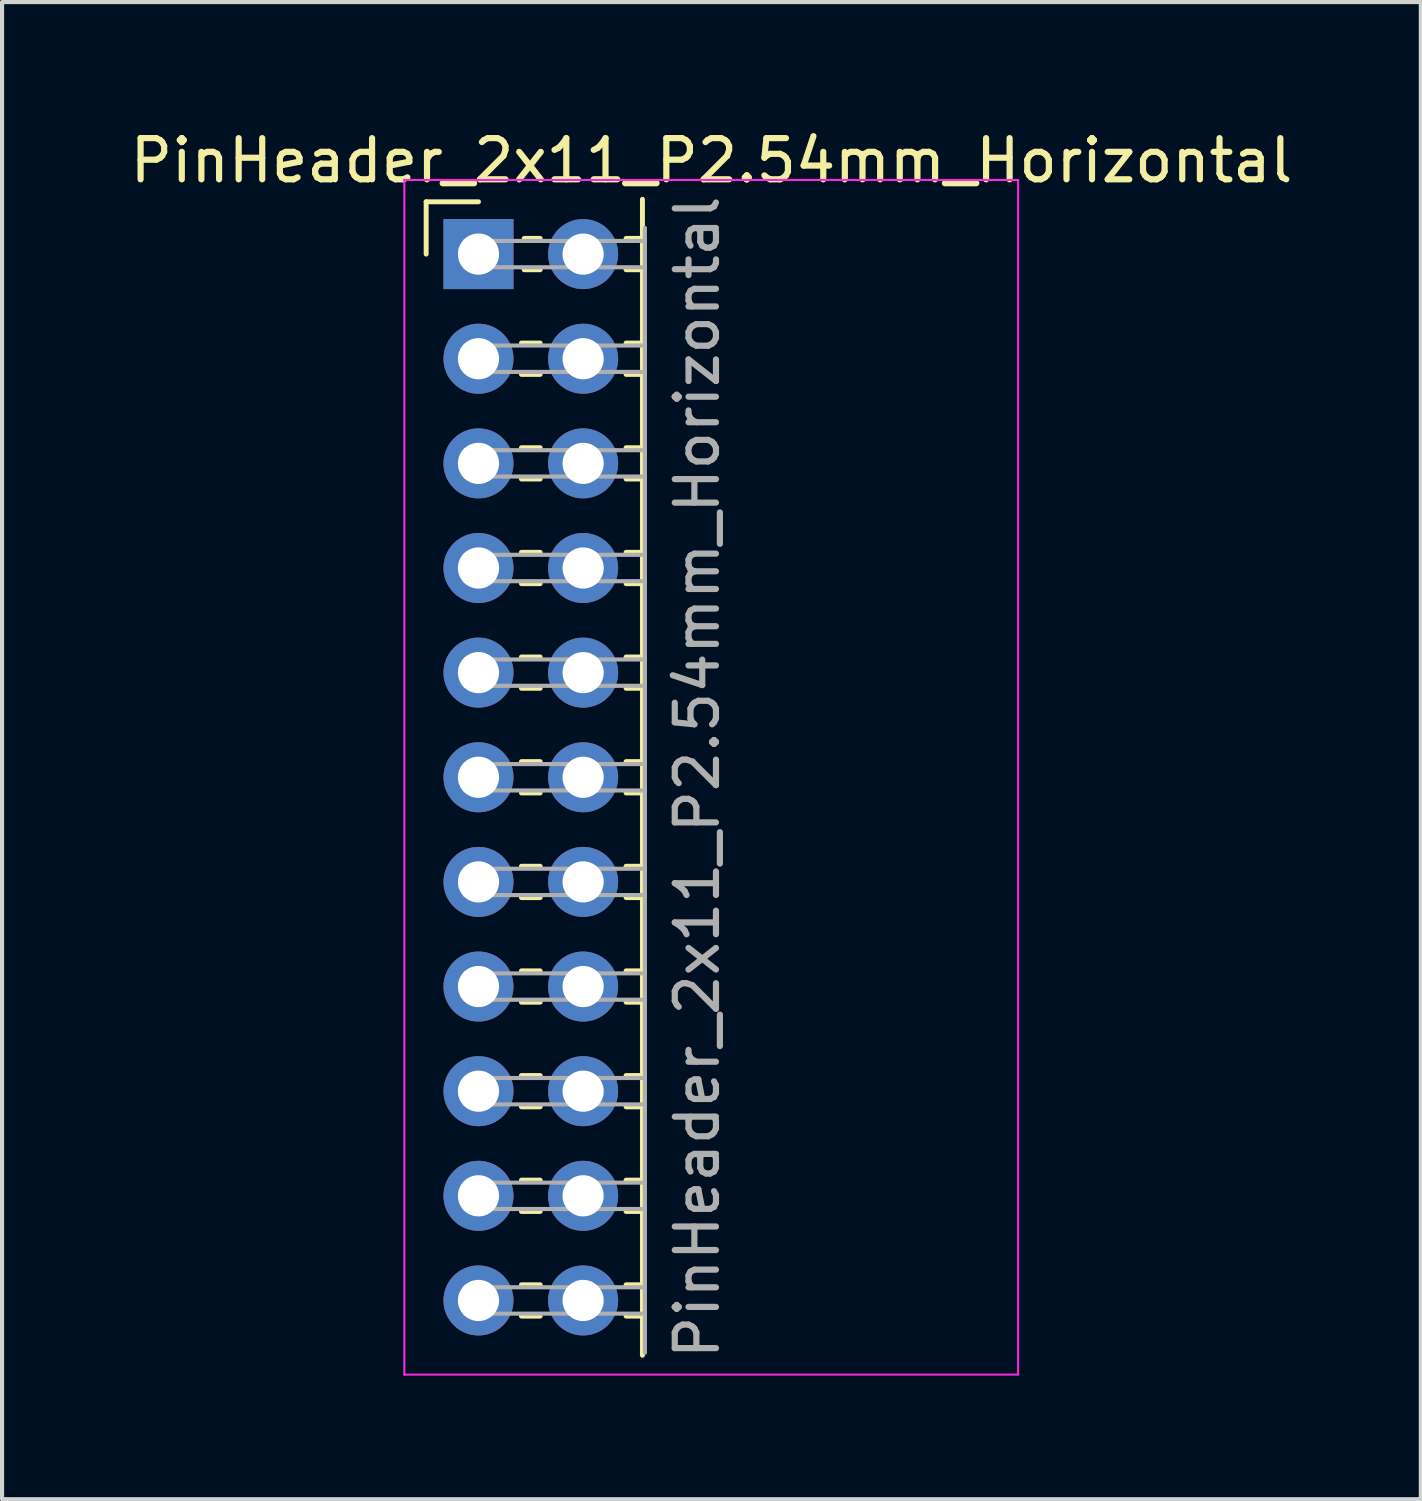
<source format=kicad_pcb>
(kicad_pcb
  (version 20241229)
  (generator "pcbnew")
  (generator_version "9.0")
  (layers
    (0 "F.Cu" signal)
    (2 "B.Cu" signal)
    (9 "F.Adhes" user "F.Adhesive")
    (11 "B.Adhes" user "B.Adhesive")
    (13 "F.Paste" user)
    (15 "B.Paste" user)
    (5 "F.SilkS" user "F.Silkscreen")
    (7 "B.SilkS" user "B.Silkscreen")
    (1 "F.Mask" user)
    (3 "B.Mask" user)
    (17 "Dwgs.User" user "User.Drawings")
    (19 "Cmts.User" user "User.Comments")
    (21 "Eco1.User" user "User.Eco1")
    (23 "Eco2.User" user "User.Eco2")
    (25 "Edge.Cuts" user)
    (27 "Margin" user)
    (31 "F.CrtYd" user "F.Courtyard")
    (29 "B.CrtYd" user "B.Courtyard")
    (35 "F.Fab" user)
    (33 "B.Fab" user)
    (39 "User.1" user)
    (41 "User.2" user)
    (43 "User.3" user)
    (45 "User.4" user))
  (footprint "PinHeader_2x11_P2.54mm_Horizontal"
    (layer "F.Cu")
    (at 8.565 3.118)
    (property "Reference" "PinHeader_2x11_P2.54mm_Horizontal" (at 5.655 -2.27 0) (layer "F.SilkS") (effects (font (size 1 1) (thickness 0.15))))
    (attr through_hole)
    (fp_line (start -1.27 -1.27) (end 0 -1.27) (stroke (width 0.12) (type solid)) (layer "F.SilkS"))
    (fp_line (start -1.27 0) (end -1.27 -1.27) (stroke (width 0.12) (type solid)) (layer "F.SilkS"))
    (fp_line (start 1.043 2.16) (end 1.497 2.16) (stroke (width 0.12) (type solid)) (layer "F.SilkS"))
    (fp_line (start 1.043 2.92) (end 1.497 2.92) (stroke (width 0.12) (type solid)) (layer "F.SilkS"))
    (fp_line (start 1.043 4.7) (end 1.497 4.7) (stroke (width 0.12) (type solid)) (layer "F.SilkS"))
    (fp_line (start 1.043 5.46) (end 1.497 5.46) (stroke (width 0.12) (type solid)) (layer "F.SilkS"))
    (fp_line (start 1.043 7.24) (end 1.497 7.24) (stroke (width 0.12) (type solid)) (layer "F.SilkS"))
    (fp_line (start 1.043 8) (end 1.497 8) (stroke (width 0.12) (type solid)) (layer "F.SilkS"))
    (fp_line (start 1.043 9.78) (end 1.497 9.78) (stroke (width 0.12) (type solid)) (layer "F.SilkS"))
    (fp_line (start 1.043 10.54) (end 1.497 10.54) (stroke (width 0.12) (type solid)) (layer "F.SilkS"))
    (fp_line (start 1.043 12.32) (end 1.497 12.32) (stroke (width 0.12) (type solid)) (layer "F.SilkS"))
    (fp_line (start 1.043 13.08) (end 1.497 13.08) (stroke (width 0.12) (type solid)) (layer "F.SilkS"))
    (fp_line (start 1.043 14.86) (end 1.497 14.86) (stroke (width 0.12) (type solid)) (layer "F.SilkS"))
    (fp_line (start 1.043 15.62) (end 1.497 15.62) (stroke (width 0.12) (type solid)) (layer "F.SilkS"))
    (fp_line (start 1.043 17.4) (end 1.497 17.4) (stroke (width 0.12) (type solid)) (layer "F.SilkS"))
    (fp_line (start 1.043 18.16) (end 1.497 18.16) (stroke (width 0.12) (type solid)) (layer "F.SilkS"))
    (fp_line (start 1.043 19.94) (end 1.497 19.94) (stroke (width 0.12) (type solid)) (layer "F.SilkS"))
    (fp_line (start 1.043 20.7) (end 1.497 20.7) (stroke (width 0.12) (type solid)) (layer "F.SilkS"))
    (fp_line (start 1.043 22.48) (end 1.497 22.48) (stroke (width 0.12) (type solid)) (layer "F.SilkS"))
    (fp_line (start 1.043 23.24) (end 1.497 23.24) (stroke (width 0.12) (type solid)) (layer "F.SilkS"))
    (fp_line (start 1.043 25.02) (end 1.497 25.02) (stroke (width 0.12) (type solid)) (layer "F.SilkS"))
    (fp_line (start 1.043 25.78) (end 1.497 25.78) (stroke (width 0.12) (type solid)) (layer "F.SilkS"))
    (fp_line (start 1.11 -0.38) (end 1.497 -0.38) (stroke (width 0.12) (type solid)) (layer "F.SilkS"))
    (fp_line (start 1.11 0.38) (end 1.497 0.38) (stroke (width 0.12) (type solid)) (layer "F.SilkS"))
    (fp_line (start 3.583 -0.38) (end 3.98 -0.38) (stroke (width 0.12) (type solid)) (layer "F.SilkS"))
    (fp_line (start 3.583 0.38) (end 3.98 0.38) (stroke (width 0.12) (type solid)) (layer "F.SilkS"))
    (fp_line (start 3.583 2.16) (end 3.98 2.16) (stroke (width 0.12) (type solid)) (layer "F.SilkS"))
    (fp_line (start 3.583 2.92) (end 3.98 2.92) (stroke (width 0.12) (type solid)) (layer "F.SilkS"))
    (fp_line (start 3.583 4.7) (end 3.98 4.7) (stroke (width 0.12) (type solid)) (layer "F.SilkS"))
    (fp_line (start 3.583 5.46) (end 3.98 5.46) (stroke (width 0.12) (type solid)) (layer "F.SilkS"))
    (fp_line (start 3.583 7.24) (end 3.98 7.24) (stroke (width 0.12) (type solid)) (layer "F.SilkS"))
    (fp_line (start 3.583 8) (end 3.98 8) (stroke (width 0.12) (type solid)) (layer "F.SilkS"))
    (fp_line (start 3.583 9.78) (end 3.98 9.78) (stroke (width 0.12) (type solid)) (layer "F.SilkS"))
    (fp_line (start 3.583 10.54) (end 3.98 10.54) (stroke (width 0.12) (type solid)) (layer "F.SilkS"))
    (fp_line (start 3.583 12.32) (end 3.98 12.32) (stroke (width 0.12) (type solid)) (layer "F.SilkS"))
    (fp_line (start 3.583 13.08) (end 3.98 13.08) (stroke (width 0.12) (type solid)) (layer "F.SilkS"))
    (fp_line (start 3.583 14.86) (end 3.98 14.86) (stroke (width 0.12) (type solid)) (layer "F.SilkS"))
    (fp_line (start 3.583 15.62) (end 3.98 15.62) (stroke (width 0.12) (type solid)) (layer "F.SilkS"))
    (fp_line (start 3.583 17.4) (end 3.98 17.4) (stroke (width 0.12) (type solid)) (layer "F.SilkS"))
    (fp_line (start 3.583 18.16) (end 3.98 18.16) (stroke (width 0.12) (type solid)) (layer "F.SilkS"))
    (fp_line (start 3.583 19.94) (end 3.98 19.94) (stroke (width 0.12) (type solid)) (layer "F.SilkS"))
    (fp_line (start 3.583 20.7) (end 3.98 20.7) (stroke (width 0.12) (type solid)) (layer "F.SilkS"))
    (fp_line (start 3.583 22.48) (end 3.98 22.48) (stroke (width 0.12) (type solid)) (layer "F.SilkS"))
    (fp_line (start 3.583 23.24) (end 3.98 23.24) (stroke (width 0.12) (type solid)) (layer "F.SilkS"))
    (fp_line (start 3.583 25.02) (end 3.98 25.02) (stroke (width 0.12) (type solid)) (layer "F.SilkS"))
    (fp_line (start 3.583 25.78) (end 3.98 25.78) (stroke (width 0.12) (type solid)) (layer "F.SilkS"))
    (fp_line (start 3.98 -1.33) (end 3.98 26.73) (stroke (width 0.12) (type solid)) (layer "F.SilkS"))
    (fp_line (start -1.8 -1.8) (end -1.8 27.2) (stroke (width 0.05) (type solid)) (layer "F.CrtYd"))
    (fp_line (start -1.8 27.2) (end 13.1 27.2) (stroke (width 0.05) (type solid)) (layer "F.CrtYd"))
    (fp_line (start 13.1 -1.8) (end -1.8 -1.8) (stroke (width 0.05) (type solid)) (layer "F.CrtYd"))
    (fp_line (start 13.1 27.2) (end 13.1 -1.8) (stroke (width 0.05) (type solid)) (layer "F.CrtYd"))
    (fp_line (start -0.32 -0.32) (end -0.32 0.32) (stroke (width 0.1) (type solid)) (layer "F.Fab"))
    (fp_line (start -0.32 -0.32) (end 4.04 -0.32) (stroke (width 0.1) (type solid)) (layer "F.Fab"))
    (fp_line (start -0.32 0.32) (end 4.04 0.32) (stroke (width 0.1) (type solid)) (layer "F.Fab"))
    (fp_line (start -0.32 2.22) (end -0.32 2.86) (stroke (width 0.1) (type solid)) (layer "F.Fab"))
    (fp_line (start -0.32 2.22) (end 4.04 2.22) (stroke (width 0.1) (type solid)) (layer "F.Fab"))
    (fp_line (start -0.32 2.86) (end 4.04 2.86) (stroke (width 0.1) (type solid)) (layer "F.Fab"))
    (fp_line (start -0.32 4.76) (end -0.32 5.4) (stroke (width 0.1) (type solid)) (layer "F.Fab"))
    (fp_line (start -0.32 4.76) (end 4.04 4.76) (stroke (width 0.1) (type solid)) (layer "F.Fab"))
    (fp_line (start -0.32 5.4) (end 4.04 5.4) (stroke (width 0.1) (type solid)) (layer "F.Fab"))
    (fp_line (start -0.32 7.3) (end -0.32 7.94) (stroke (width 0.1) (type solid)) (layer "F.Fab"))
    (fp_line (start -0.32 7.3) (end 4.04 7.3) (stroke (width 0.1) (type solid)) (layer "F.Fab"))
    (fp_line (start -0.32 7.94) (end 4.04 7.94) (stroke (width 0.1) (type solid)) (layer "F.Fab"))
    (fp_line (start -0.32 9.84) (end -0.32 10.48) (stroke (width 0.1) (type solid)) (layer "F.Fab"))
    (fp_line (start -0.32 9.84) (end 4.04 9.84) (stroke (width 0.1) (type solid)) (layer "F.Fab"))
    (fp_line (start -0.32 10.48) (end 4.04 10.48) (stroke (width 0.1) (type solid)) (layer "F.Fab"))
    (fp_line (start -0.32 12.38) (end -0.32 13.02) (stroke (width 0.1) (type solid)) (layer "F.Fab"))
    (fp_line (start -0.32 12.38) (end 4.04 12.38) (stroke (width 0.1) (type solid)) (layer "F.Fab"))
    (fp_line (start -0.32 13.02) (end 4.04 13.02) (stroke (width 0.1) (type solid)) (layer "F.Fab"))
    (fp_line (start -0.32 14.92) (end -0.32 15.56) (stroke (width 0.1) (type solid)) (layer "F.Fab"))
    (fp_line (start -0.32 14.92) (end 4.04 14.92) (stroke (width 0.1) (type solid)) (layer "F.Fab"))
    (fp_line (start -0.32 15.56) (end 4.04 15.56) (stroke (width 0.1) (type solid)) (layer "F.Fab"))
    (fp_line (start -0.32 17.46) (end -0.32 18.1) (stroke (width 0.1) (type solid)) (layer "F.Fab"))
    (fp_line (start -0.32 17.46) (end 4.04 17.46) (stroke (width 0.1) (type solid)) (layer "F.Fab"))
    (fp_line (start -0.32 18.1) (end 4.04 18.1) (stroke (width 0.1) (type solid)) (layer "F.Fab"))
    (fp_line (start -0.32 20) (end -0.32 20.64) (stroke (width 0.1) (type solid)) (layer "F.Fab"))
    (fp_line (start -0.32 20) (end 4.04 20) (stroke (width 0.1) (type solid)) (layer "F.Fab"))
    (fp_line (start -0.32 20.64) (end 4.04 20.64) (stroke (width 0.1) (type solid)) (layer "F.Fab"))
    (fp_line (start -0.32 22.54) (end -0.32 23.18) (stroke (width 0.1) (type solid)) (layer "F.Fab"))
    (fp_line (start -0.32 22.54) (end 4.04 22.54) (stroke (width 0.1) (type solid)) (layer "F.Fab"))
    (fp_line (start -0.32 23.18) (end 4.04 23.18) (stroke (width 0.1) (type solid)) (layer "F.Fab"))
    (fp_line (start -0.32 25.08) (end -0.32 25.72) (stroke (width 0.1) (type solid)) (layer "F.Fab"))
    (fp_line (start -0.32 25.08) (end 4.04 25.08) (stroke (width 0.1) (type solid)) (layer "F.Fab"))
    (fp_line (start -0.32 25.72) (end 4.04 25.72) (stroke (width 0.1) (type solid)) (layer "F.Fab"))
    (fp_line (start 4.04 26.67) (end 4.04 -0.635) (stroke (width 0.1) (type solid)) (layer "F.Fab"))
    (fp_text user "${REFERENCE}" (at 5.31 12.7 90) (layer "F.Fab") (effects (font (size 1 1) (thickness 0.15))))
    (pad "1" thru_hole rect (at 0 0) (size 1.7 1.7) (drill 1) (layers "*.Cu" "*.Mask"))
    (pad "2" thru_hole oval (at 2.54 0) (size 1.7 1.7) (drill 1) (layers "*.Cu" "*.Mask"))
    (pad "3" thru_hole oval (at 0 2.54) (size 1.7 1.7) (drill 1) (layers "*.Cu" "*.Mask"))
    (pad "4" thru_hole oval (at 2.54 2.54) (size 1.7 1.7) (drill 1) (layers "*.Cu" "*.Mask"))
    (pad "5" thru_hole oval (at 0 5.08) (size 1.7 1.7) (drill 1) (layers "*.Cu" "*.Mask"))
    (pad "6" thru_hole oval (at 2.54 5.08) (size 1.7 1.7) (drill 1) (layers "*.Cu" "*.Mask"))
    (pad "7" thru_hole oval (at 0 7.62) (size 1.7 1.7) (drill 1) (layers "*.Cu" "*.Mask"))
    (pad "8" thru_hole oval (at 2.54 7.62) (size 1.7 1.7) (drill 1) (layers "*.Cu" "*.Mask"))
    (pad "9" thru_hole oval (at 0 10.16) (size 1.7 1.7) (drill 1) (layers "*.Cu" "*.Mask"))
    (pad "10" thru_hole oval (at 2.54 10.16) (size 1.7 1.7) (drill 1) (layers "*.Cu" "*.Mask"))
    (pad "11" thru_hole oval (at 0 12.7) (size 1.7 1.7) (drill 1) (layers "*.Cu" "*.Mask"))
    (pad "12" thru_hole oval (at 2.54 12.7) (size 1.7 1.7) (drill 1) (layers "*.Cu" "*.Mask"))
    (pad "13" thru_hole oval (at 0 15.24) (size 1.7 1.7) (drill 1) (layers "*.Cu" "*.Mask"))
    (pad "14" thru_hole oval (at 2.54 15.24) (size 1.7 1.7) (drill 1) (layers "*.Cu" "*.Mask"))
    (pad "15" thru_hole oval (at 0 17.78) (size 1.7 1.7) (drill 1) (layers "*.Cu" "*.Mask"))
    (pad "16" thru_hole oval (at 2.54 17.78) (size 1.7 1.7) (drill 1) (layers "*.Cu" "*.Mask"))
    (pad "17" thru_hole oval (at 0 20.32) (size 1.7 1.7) (drill 1) (layers "*.Cu" "*.Mask"))
    (pad "18" thru_hole oval (at 2.54 20.32) (size 1.7 1.7) (drill 1) (layers "*.Cu" "*.Mask"))
    (pad "19" thru_hole oval (at 0 22.86) (size 1.7 1.7) (drill 1) (layers "*.Cu" "*.Mask"))
    (pad "20" thru_hole oval (at 2.54 22.86) (size 1.7 1.7) (drill 1) (layers "*.Cu" "*.Mask"))
    (pad "21" thru_hole oval (at 0 25.4) (size 1.7 1.7) (drill 1) (layers "*.Cu" "*.Mask"))
    (pad "22" thru_hole oval (at 2.54 25.4) (size 1.7 1.7) (drill 1) (layers "*.Cu" "*.Mask")))
  (gr_rect
    (start -3 -3)
    (end 31.44 33.343)
    (stroke (width 0.1) (type default))
    (fill no)
    (layer "Edge.Cuts")))
</source>
